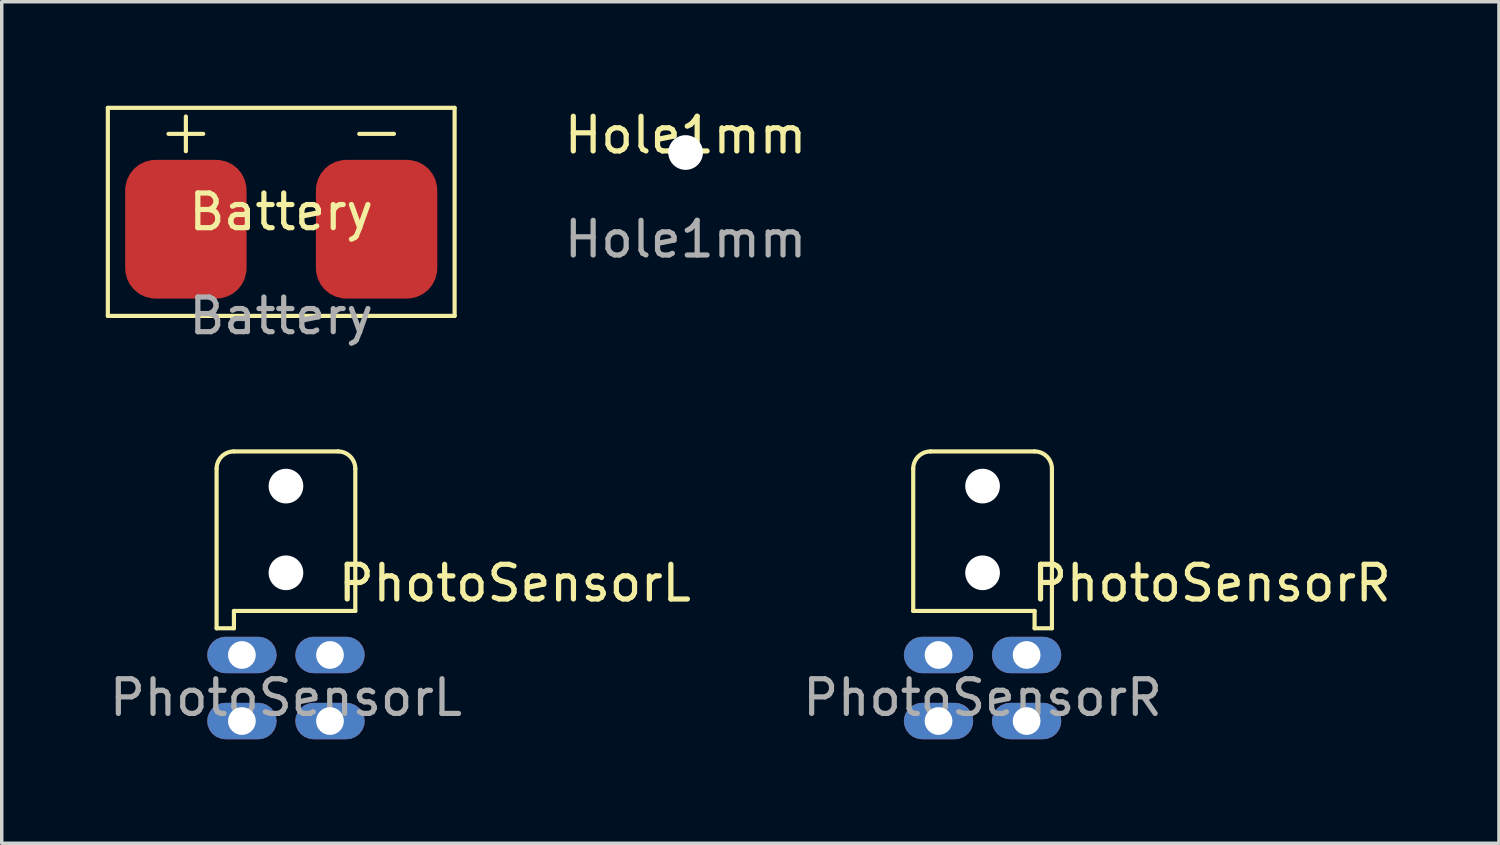
<source format=kicad_pcb>
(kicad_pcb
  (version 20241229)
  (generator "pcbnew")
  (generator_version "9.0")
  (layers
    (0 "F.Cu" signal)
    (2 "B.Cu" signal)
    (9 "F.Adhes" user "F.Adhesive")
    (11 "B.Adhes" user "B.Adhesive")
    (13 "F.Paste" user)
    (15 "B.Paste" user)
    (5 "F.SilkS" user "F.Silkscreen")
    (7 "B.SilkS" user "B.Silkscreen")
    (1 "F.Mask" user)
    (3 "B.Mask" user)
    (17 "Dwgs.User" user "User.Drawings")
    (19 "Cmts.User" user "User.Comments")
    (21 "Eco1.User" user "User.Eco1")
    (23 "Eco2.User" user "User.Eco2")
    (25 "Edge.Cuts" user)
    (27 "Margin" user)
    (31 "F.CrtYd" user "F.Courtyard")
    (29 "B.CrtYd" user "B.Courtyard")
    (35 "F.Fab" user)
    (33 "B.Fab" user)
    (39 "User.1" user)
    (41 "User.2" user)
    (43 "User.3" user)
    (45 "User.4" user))
  (footprint "PhotoSensorL"
    (layer "F.Cu")
    (at 5.196 14.568)
    (property "Reference" "PhotoSensorL" (at 6.6 -0.8 0) (unlocked yes) (layer "F.SilkS") (effects (font (size 1 1) (thickness 0.15))))
    (attr through_hole)
    (fp_line (start -2 -4.1) (end -2 0.5) (stroke (width 0.12) (type default)) (layer "F.SilkS"))
    (fp_line (start -2 0.5) (end -1.5 0.5) (stroke (width 0.12) (type default)) (layer "F.SilkS"))
    (fp_line (start -1.5 -4.6) (end 1.5 -4.6) (stroke (width 0.12) (type default)) (layer "F.SilkS"))
    (fp_line (start -1.5 0) (end 2 0) (stroke (width 0.12) (type default)) (layer "F.SilkS"))
    (fp_line (start -1.5 0.5) (end -1.5 0) (stroke (width 0.12) (type default)) (layer "F.SilkS"))
    (fp_line (start 2 -4.1) (end 2 0) (stroke (width 0.12) (type default)) (layer "F.SilkS"))
    (fp_arc (start -2 -4.1) (mid -1.853553 -4.453553) (end -1.5 -4.6) (stroke (width 0.12) (type default)) (layer "F.SilkS"))
    (fp_arc (start 1.5 -4.6) (mid 1.853553 -4.453553) (end 2 -4.1) (stroke (width 0.12) (type default)) (layer "F.SilkS"))
    (fp_text user "${REFERENCE}" (at 0 2.5 0) (unlocked yes) (layer "F.Fab") (effects (font (size 1 1) (thickness 0.15))))
    (pad "" np_thru_hole circle (at 0 -3.6) (size 1 1) (drill 1) (layers "*.Cu" "*.Mask"))
    (pad "" np_thru_hole circle (at 0 -1.1) (size 1 1) (drill 1) (layers "*.Cu" "*.Mask"))
    (pad "1" thru_hole roundrect (at 1.27 1.27) (size 2 1.05) (drill 0.8) (layers "*.Cu" "*.Mask") (roundrect_rratio 0.5))
    (pad "2" thru_hole roundrect (at -1.27 1.27) (size 2 1.05) (drill 0.8) (layers "*.Cu" "*.Mask") (roundrect_rratio 0.5))
    (pad "3" thru_hole roundrect (at 1.27 3.175) (size 2 1.05) (drill 0.8) (layers "*.Cu" "*.Mask") (roundrect_rratio 0.5))
    (pad "4" thru_hole roundrect (at -1.27 3.175) (size 2 1.05) (drill 0.8) (layers "*.Cu" "*.Mask") (roundrect_rratio 0.5)))
  (footprint "Battery"
    (layer "F.Cu")
    (at 5.06 3.56)
    (property "Reference" "Battery" (at 0 -0.5 0) (unlocked yes) (layer "F.SilkS") (effects (font (size 1 1) (thickness 0.15))))
    (attr smd)
    (fp_line (start -5 -3.5) (end 5 -3.5) (stroke (width 0.12) (type default)) (layer "F.SilkS"))
    (fp_line (start -5 2.5) (end -5 -3.5) (stroke (width 0.12) (type default)) (layer "F.SilkS"))
    (fp_line (start -3.25 -2.75) (end -2.25 -2.75) (stroke (width 0.12) (type default)) (layer "F.SilkS"))
    (fp_line (start -2.75 -2.25) (end -2.75 -3.25) (stroke (width 0.12) (type default)) (layer "F.SilkS"))
    (fp_line (start 2.25 -2.75) (end 3.25 -2.75) (stroke (width 0.12) (type default)) (layer "F.SilkS"))
    (fp_line (start 5 -3.5) (end 5 2.5) (stroke (width 0.12) (type default)) (layer "F.SilkS"))
    (fp_line (start 5 2.5) (end -5 2.5) (stroke (width 0.12) (type default)) (layer "F.SilkS"))
    (fp_text user "${REFERENCE}" (at 0 2.5 0) (unlocked yes) (layer "F.Fab") (effects (font (size 1 1) (thickness 0.15))))
    (pad "1" smd roundrect (at -2.75 0) (size 3.5 4) (layers "F.Cu" "F.Mask" "F.Paste") (roundrect_rratio 0.25))
    (pad "2" smd roundrect (at 2.75 0) (size 3.5 4) (layers "F.Cu" "F.Mask" "F.Paste") (roundrect_rratio 0.25)))
  (footprint "Hole1mm"
    (layer "F.Cu")
    (at 16.721 1.348)
    (property "Reference" "Hole1mm" (at 0 -0.5 0) (unlocked yes) (layer "F.SilkS") (effects (font (size 1 1) (thickness 0.15))))
    (attr smd)
    (fp_text user "${REFERENCE}" (at 0 2.5 0) (unlocked yes) (layer "F.Fab") (effects (font (size 1 1) (thickness 0.15))))
    (pad "" np_thru_hole circle (at 0 0) (size 1 1) (drill 1) (layers "*.Cu" "*.Mask")))
  (footprint "PhotoSensorR"
    (layer "F.Cu")
    (at 25.285 14.568)
    (property "Reference" "PhotoSensorR" (at 6.6 -0.8 0) (unlocked yes) (layer "F.SilkS") (effects (font (size 1 1) (thickness 0.15))))
    (attr through_hole)
    (fp_line (start -2 -4.1) (end -2 0) (stroke (width 0.12) (type default)) (layer "F.SilkS"))
    (fp_line (start -2 0) (end 1.5 0) (stroke (width 0.12) (type default)) (layer "F.SilkS"))
    (fp_line (start -1.5 -4.6) (end 1.5 -4.6) (stroke (width 0.12) (type default)) (layer "F.SilkS"))
    (fp_line (start 1.5 0.5) (end 1.5 0) (stroke (width 0.12) (type default)) (layer "F.SilkS"))
    (fp_line (start 1.5 0.5) (end 2 0.5) (stroke (width 0.12) (type default)) (layer "F.SilkS"))
    (fp_line (start 2 -4.1) (end 2 0.5) (stroke (width 0.12) (type default)) (layer "F.SilkS"))
    (fp_arc (start -2 -4.1) (mid -1.853553 -4.453553) (end -1.5 -4.6) (stroke (width 0.12) (type default)) (layer "F.SilkS"))
    (fp_arc (start 1.5 -4.6) (mid 1.853553 -4.453553) (end 2 -4.1) (stroke (width 0.12) (type default)) (layer "F.SilkS"))
    (fp_text user "${REFERENCE}" (at 0 2.5 0) (unlocked yes) (layer "F.Fab") (effects (font (size 1 1) (thickness 0.15))))
    (pad "" np_thru_hole circle (at 0 -3.6) (size 1 1) (drill 1) (layers "*.Cu" "*.Mask"))
    (pad "" np_thru_hole circle (at 0 -1.1) (size 1 1) (drill 1) (layers "*.Cu" "*.Mask"))
    (pad "1" thru_hole roundrect (at -1.27 1.27) (size 2 1.05) (drill 0.8) (layers "*.Cu" "*.Mask") (roundrect_rratio 0.5))
    (pad "2" thru_hole roundrect (at 1.27 1.27) (size 2 1.05) (drill 0.8) (layers "*.Cu" "*.Mask") (roundrect_rratio 0.5))
    (pad "3" thru_hole roundrect (at -1.27 3.175) (size 2 1.05) (drill 0.8) (layers "*.Cu" "*.Mask") (roundrect_rratio 0.5))
    (pad "4" thru_hole roundrect (at 1.27 3.175) (size 2 1.05) (drill 0.8) (layers "*.Cu" "*.Mask") (roundrect_rratio 0.5)))
  (gr_rect
    (start -3 -3)
    (end 40.176 21.268)
    (stroke (width 0.1) (type default))
    (fill no)
    (layer "Edge.Cuts")))
</source>
